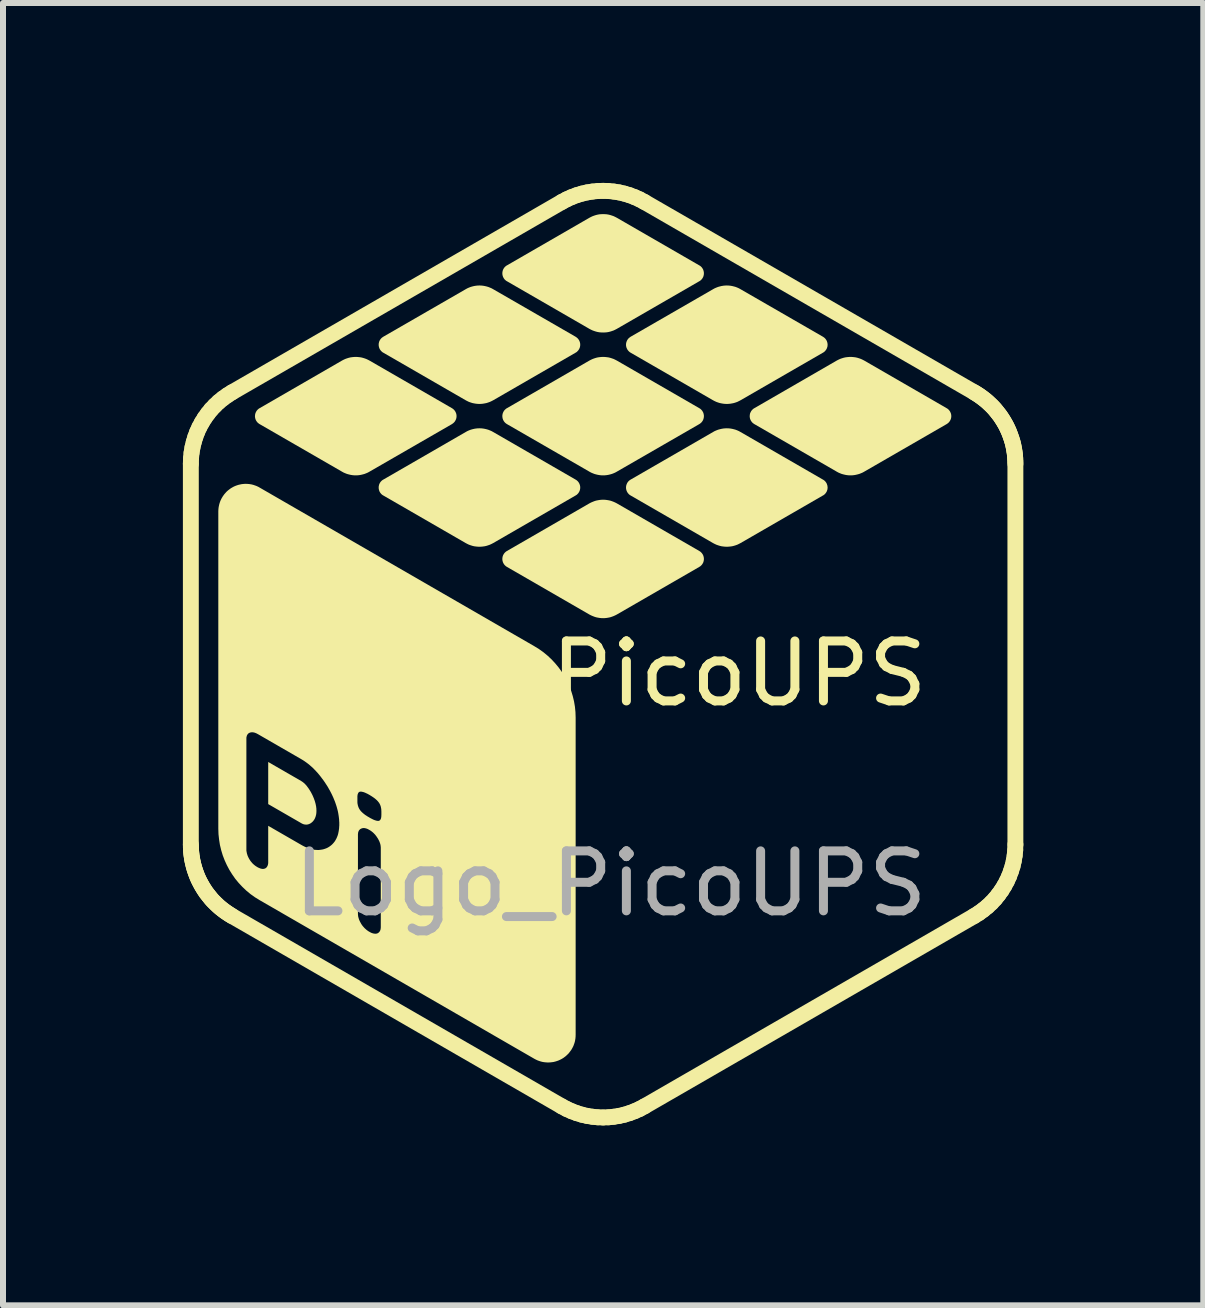
<source format=kicad_pcb>
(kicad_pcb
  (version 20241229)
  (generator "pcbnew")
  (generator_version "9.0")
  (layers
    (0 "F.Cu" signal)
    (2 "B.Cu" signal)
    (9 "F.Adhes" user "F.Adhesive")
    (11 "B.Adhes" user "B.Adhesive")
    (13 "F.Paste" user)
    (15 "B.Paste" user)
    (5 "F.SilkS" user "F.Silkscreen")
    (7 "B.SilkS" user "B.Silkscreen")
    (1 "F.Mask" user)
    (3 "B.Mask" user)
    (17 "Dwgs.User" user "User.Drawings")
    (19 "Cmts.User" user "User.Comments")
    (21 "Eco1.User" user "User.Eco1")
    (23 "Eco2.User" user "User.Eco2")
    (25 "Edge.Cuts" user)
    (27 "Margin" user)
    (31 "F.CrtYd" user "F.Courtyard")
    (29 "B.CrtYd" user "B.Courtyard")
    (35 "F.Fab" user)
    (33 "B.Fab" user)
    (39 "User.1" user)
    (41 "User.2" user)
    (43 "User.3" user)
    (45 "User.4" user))
  (footprint "Logo_PicoUPS"
    (layer "F.Cu")
    (at 7.132 8.182)
    (property "Reference" "Logo_PicoUPS" (at 0 0 0) (unlocked yes) (layer "F.SilkS") (effects (font (size 1 1) (thickness 0.15))))
    (fp_line (start -7 -3.5) (end -6.997 -3.592) (stroke (width 0.265) (type solid)) (layer "F.SilkS"))
    (fp_line (start -7 2.85) (end -7 -3.5) (stroke (width 0.265) (type solid)) (layer "F.SilkS"))
    (fp_line (start -6.999 2.896) (end -7 2.85) (stroke (width 0.265) (type solid)) (layer "F.SilkS"))
    (fp_line (start -6.997 -3.592) (end -6.988 -3.682) (stroke (width 0.265) (type solid)) (layer "F.SilkS"))
    (fp_line (start -6.997 2.942) (end -6.999 2.896) (stroke (width 0.265) (type solid)) (layer "F.SilkS"))
    (fp_line (start -6.993 2.987) (end -6.997 2.942) (stroke (width 0.265) (type solid)) (layer "F.SilkS"))
    (fp_line (start -6.988 -3.682) (end -6.973 -3.771) (stroke (width 0.265) (type solid)) (layer "F.SilkS"))
    (fp_line (start -6.988 3.032) (end -6.993 2.987) (stroke (width 0.265) (type solid)) (layer "F.SilkS"))
    (fp_line (start -6.981 3.077) (end -6.988 3.032) (stroke (width 0.265) (type solid)) (layer "F.SilkS"))
    (fp_line (start -6.973 -3.771) (end -6.952 -3.859) (stroke (width 0.265) (type solid)) (layer "F.SilkS"))
    (fp_line (start -6.973 3.121) (end -6.981 3.077) (stroke (width 0.265) (type solid)) (layer "F.SilkS"))
    (fp_line (start -6.963 3.165) (end -6.973 3.121) (stroke (width 0.265) (type solid)) (layer "F.SilkS"))
    (fp_line (start -6.952 -3.859) (end -6.926 -3.944) (stroke (width 0.265) (type solid)) (layer "F.SilkS"))
    (fp_line (start -6.952 3.209) (end -6.963 3.165) (stroke (width 0.265) (type solid)) (layer "F.SilkS"))
    (fp_line (start -6.94 3.252) (end -6.952 3.209) (stroke (width 0.265) (type solid)) (layer "F.SilkS"))
    (fp_line (start -6.926 -3.944) (end -6.895 -4.028) (stroke (width 0.265) (type solid)) (layer "F.SilkS"))
    (fp_line (start -6.926 3.294) (end -6.94 3.252) (stroke (width 0.265) (type solid)) (layer "F.SilkS"))
    (fp_line (start -6.911 3.336) (end -6.926 3.294) (stroke (width 0.265) (type solid)) (layer "F.SilkS"))
    (fp_line (start -6.895 -4.028) (end -6.858 -4.109) (stroke (width 0.265) (type solid)) (layer "F.SilkS"))
    (fp_line (start -6.895 3.378) (end -6.911 3.336) (stroke (width 0.265) (type solid)) (layer "F.SilkS"))
    (fp_line (start -6.877 3.419) (end -6.895 3.378) (stroke (width 0.265) (type solid)) (layer "F.SilkS"))
    (fp_line (start -6.858 -4.109) (end -6.816 -4.187) (stroke (width 0.265) (type solid)) (layer "F.SilkS"))
    (fp_line (start -6.858 3.459) (end -6.877 3.419) (stroke (width 0.265) (type solid)) (layer "F.SilkS"))
    (fp_line (start -6.837 3.499) (end -6.858 3.459) (stroke (width 0.265) (type solid)) (layer "F.SilkS"))
    (fp_line (start -6.816 -4.187) (end -6.769 -4.263) (stroke (width 0.265) (type solid)) (layer "F.SilkS"))
    (fp_line (start -6.816 3.537) (end -6.837 3.499) (stroke (width 0.265) (type solid)) (layer "F.SilkS"))
    (fp_line (start -6.793 3.576) (end -6.816 3.537) (stroke (width 0.265) (type solid)) (layer "F.SilkS"))
    (fp_line (start -6.769 -4.263) (end -6.717 -4.335) (stroke (width 0.265) (type solid)) (layer "F.SilkS"))
    (fp_line (start -6.769 3.613) (end -6.793 3.576) (stroke (width 0.265) (type solid)) (layer "F.SilkS"))
    (fp_line (start -6.744 3.65) (end -6.769 3.613) (stroke (width 0.265) (type solid)) (layer "F.SilkS"))
    (fp_line (start -6.717 -4.335) (end -6.661 -4.405) (stroke (width 0.265) (type solid)) (layer "F.SilkS"))
    (fp_line (start -6.717 3.685) (end -6.744 3.65) (stroke (width 0.265) (type solid)) (layer "F.SilkS"))
    (fp_line (start -6.689 3.72) (end -6.717 3.685) (stroke (width 0.265) (type solid)) (layer "F.SilkS"))
    (fp_line (start -6.661 -4.405) (end -6.599 -4.47) (stroke (width 0.265) (type solid)) (layer "F.SilkS"))
    (fp_line (start -6.661 3.755) (end -6.689 3.72) (stroke (width 0.265) (type solid)) (layer "F.SilkS"))
    (fp_line (start -6.631 3.788) (end -6.661 3.755) (stroke (width 0.265) (type solid)) (layer "F.SilkS"))
    (fp_line (start -6.599 -4.47) (end -6.534 -4.532) (stroke (width 0.265) (type solid)) (layer "F.SilkS"))
    (fp_line (start -6.599 3.82) (end -6.631 3.788) (stroke (width 0.265) (type solid)) (layer "F.SilkS"))
    (fp_line (start -6.567 3.851) (end -6.599 3.82) (stroke (width 0.265) (type solid)) (layer "F.SilkS"))
    (fp_line (start -6.534 -4.532) (end -6.464 -4.589) (stroke (width 0.265) (type solid)) (layer "F.SilkS"))
    (fp_line (start -6.534 3.882) (end -6.567 3.851) (stroke (width 0.265) (type solid)) (layer "F.SilkS"))
    (fp_line (start -6.5 3.911) (end -6.534 3.882) (stroke (width 0.265) (type solid)) (layer "F.SilkS"))
    (fp_line (start -6.464 -4.589) (end -6.39 -4.642) (stroke (width 0.265) (type solid)) (layer "F.SilkS"))
    (fp_line (start -6.464 3.939) (end -6.5 3.911) (stroke (width 0.265) (type solid)) (layer "F.SilkS"))
    (fp_line (start -6.428 3.966) (end -6.464 3.939) (stroke (width 0.265) (type solid)) (layer "F.SilkS"))
    (fp_line (start -6.39 -4.642) (end -6.313 -4.691) (stroke (width 0.265) (type solid)) (layer "F.SilkS"))
    (fp_line (start -6.39 3.992) (end -6.428 3.966) (stroke (width 0.265) (type solid)) (layer "F.SilkS"))
    (fp_line (start -6.352 4.017) (end -6.39 3.992) (stroke (width 0.265) (type solid)) (layer "F.SilkS"))
    (fp_line (start -6.313 -4.691) (end -0.813 -7.866) (stroke (width 0.265) (type solid)) (layer "F.SilkS"))
    (fp_line (start -6.313 4.041) (end -6.352 4.017) (stroke (width 0.265) (type solid)) (layer "F.SilkS"))
    (fp_line (start -0.813 -7.866) (end -0.732 -7.909) (stroke (width 0.265) (type solid)) (layer "F.SilkS"))
    (fp_line (start -0.813 7.216) (end -6.313 4.041) (stroke (width 0.265) (type solid)) (layer "F.SilkS"))
    (fp_line (start -0.732 -7.909) (end -0.65 -7.946) (stroke (width 0.265) (type solid)) (layer "F.SilkS"))
    (fp_line (start -0.732 7.259) (end -0.813 7.216) (stroke (width 0.265) (type solid)) (layer "F.SilkS"))
    (fp_line (start -0.65 -7.946) (end -0.565 -7.978) (stroke (width 0.265) (type solid)) (layer "F.SilkS"))
    (fp_line (start -0.65 7.296) (end -0.732 7.259) (stroke (width 0.265) (type solid)) (layer "F.SilkS"))
    (fp_line (start -0.565 -7.978) (end -0.479 -8.004) (stroke (width 0.265) (type solid)) (layer "F.SilkS"))
    (fp_line (start -0.565 7.328) (end -0.65 7.296) (stroke (width 0.265) (type solid)) (layer "F.SilkS"))
    (fp_line (start -0.479 -8.004) (end -0.392 -8.024) (stroke (width 0.265) (type solid)) (layer "F.SilkS"))
    (fp_line (start -0.479 7.354) (end -0.565 7.328) (stroke (width 0.265) (type solid)) (layer "F.SilkS"))
    (fp_line (start -0.392 -8.024) (end -0.304 -8.038) (stroke (width 0.265) (type solid)) (layer "F.SilkS"))
    (fp_line (start -0.392 7.374) (end -0.479 7.354) (stroke (width 0.265) (type solid)) (layer "F.SilkS"))
    (fp_line (start -0.304 -8.038) (end -0.215 -8.047) (stroke (width 0.265) (type solid)) (layer "F.SilkS"))
    (fp_line (start -0.304 7.388) (end -0.392 7.374) (stroke (width 0.265) (type solid)) (layer "F.SilkS"))
    (fp_line (start -0.215 -8.047) (end -0.126 -8.05) (stroke (width 0.265) (type solid)) (layer "F.SilkS"))
    (fp_line (start -0.215 7.397) (end -0.304 7.388) (stroke (width 0.265) (type solid)) (layer "F.SilkS"))
    (fp_line (start -0.126 -8.05) (end -0.037 -8.047) (stroke (width 0.265) (type solid)) (layer "F.SilkS"))
    (fp_line (start -0.126 7.4) (end -0.215 7.397) (stroke (width 0.265) (type solid)) (layer "F.SilkS"))
    (fp_line (start -0.037 -8.047) (end 0.052 -8.038) (stroke (width 0.265) (type solid)) (layer "F.SilkS"))
    (fp_line (start -0.037 7.397) (end -0.126 7.4) (stroke (width 0.265) (type solid)) (layer "F.SilkS"))
    (fp_line (start 0.052 -8.038) (end 0.14 -8.024) (stroke (width 0.265) (type solid)) (layer "F.SilkS"))
    (fp_line (start 0.052 7.388) (end -0.037 7.397) (stroke (width 0.265) (type solid)) (layer "F.SilkS"))
    (fp_line (start 0.14 -8.024) (end 0.227 -8.004) (stroke (width 0.265) (type solid)) (layer "F.SilkS"))
    (fp_line (start 0.14 7.374) (end 0.052 7.388) (stroke (width 0.265) (type solid)) (layer "F.SilkS"))
    (fp_line (start 0.227 -8.004) (end 0.313 -7.978) (stroke (width 0.265) (type solid)) (layer "F.SilkS"))
    (fp_line (start 0.227 7.354) (end 0.14 7.374) (stroke (width 0.265) (type solid)) (layer "F.SilkS"))
    (fp_line (start 0.313 -7.978) (end 0.398 -7.946) (stroke (width 0.265) (type solid)) (layer "F.SilkS"))
    (fp_line (start 0.313 7.328) (end 0.227 7.354) (stroke (width 0.265) (type solid)) (layer "F.SilkS"))
    (fp_line (start 0.398 -7.946) (end 0.481 -7.909) (stroke (width 0.265) (type solid)) (layer "F.SilkS"))
    (fp_line (start 0.398 7.296) (end 0.313 7.328) (stroke (width 0.265) (type solid)) (layer "F.SilkS"))
    (fp_line (start 0.481 -7.909) (end 0.561 -7.866) (stroke (width 0.265) (type solid)) (layer "F.SilkS"))
    (fp_line (start 0.481 7.259) (end 0.398 7.296) (stroke (width 0.265) (type solid)) (layer "F.SilkS"))
    (fp_line (start 0.561 -7.866) (end 6.061 -4.691) (stroke (width 0.265) (type solid)) (layer "F.SilkS"))
    (fp_line (start 0.561 7.216) (end 0.481 7.259) (stroke (width 0.265) (type solid)) (layer "F.SilkS"))
    (fp_line (start 6.061 -4.691) (end 6.1 -4.667) (stroke (width 0.265) (type solid)) (layer "F.SilkS"))
    (fp_line (start 6.061 4.041) (end 0.561 7.216) (stroke (width 0.265) (type solid)) (layer "F.SilkS"))
    (fp_line (start 6.1 -4.667) (end 6.139 -4.642) (stroke (width 0.265) (type solid)) (layer "F.SilkS"))
    (fp_line (start 6.139 -4.642) (end 6.176 -4.616) (stroke (width 0.265) (type solid)) (layer "F.SilkS"))
    (fp_line (start 6.139 3.992) (end 6.061 4.041) (stroke (width 0.265) (type solid)) (layer "F.SilkS"))
    (fp_line (start 6.176 -4.616) (end 6.212 -4.589) (stroke (width 0.265) (type solid)) (layer "F.SilkS"))
    (fp_line (start 6.212 -4.589) (end 6.248 -4.561) (stroke (width 0.265) (type solid)) (layer "F.SilkS"))
    (fp_line (start 6.212 3.939) (end 6.139 3.992) (stroke (width 0.265) (type solid)) (layer "F.SilkS"))
    (fp_line (start 6.248 -4.561) (end 6.282 -4.532) (stroke (width 0.265) (type solid)) (layer "F.SilkS"))
    (fp_line (start 6.282 -4.532) (end 6.315 -4.501) (stroke (width 0.265) (type solid)) (layer "F.SilkS"))
    (fp_line (start 6.282 3.882) (end 6.212 3.939) (stroke (width 0.265) (type solid)) (layer "F.SilkS"))
    (fp_line (start 6.315 -4.501) (end 6.348 -4.47) (stroke (width 0.265) (type solid)) (layer "F.SilkS"))
    (fp_line (start 6.348 -4.47) (end 6.379 -4.438) (stroke (width 0.265) (type solid)) (layer "F.SilkS"))
    (fp_line (start 6.348 3.82) (end 6.282 3.882) (stroke (width 0.265) (type solid)) (layer "F.SilkS"))
    (fp_line (start 6.379 -4.438) (end 6.409 -4.405) (stroke (width 0.265) (type solid)) (layer "F.SilkS"))
    (fp_line (start 6.409 -4.405) (end 6.437 -4.37) (stroke (width 0.265) (type solid)) (layer "F.SilkS"))
    (fp_line (start 6.409 3.755) (end 6.348 3.82) (stroke (width 0.265) (type solid)) (layer "F.SilkS"))
    (fp_line (start 6.437 -4.37) (end 6.465 -4.335) (stroke (width 0.265) (type solid)) (layer "F.SilkS"))
    (fp_line (start 6.465 -4.335) (end 6.492 -4.3) (stroke (width 0.265) (type solid)) (layer "F.SilkS"))
    (fp_line (start 6.465 3.685) (end 6.409 3.755) (stroke (width 0.265) (type solid)) (layer "F.SilkS"))
    (fp_line (start 6.492 -4.3) (end 6.517 -4.263) (stroke (width 0.265) (type solid)) (layer "F.SilkS"))
    (fp_line (start 6.517 -4.263) (end 6.541 -4.226) (stroke (width 0.265) (type solid)) (layer "F.SilkS"))
    (fp_line (start 6.517 3.613) (end 6.465 3.685) (stroke (width 0.265) (type solid)) (layer "F.SilkS"))
    (fp_line (start 6.541 -4.226) (end 6.564 -4.187) (stroke (width 0.265) (type solid)) (layer "F.SilkS"))
    (fp_line (start 6.564 -4.187) (end 6.586 -4.149) (stroke (width 0.265) (type solid)) (layer "F.SilkS"))
    (fp_line (start 6.564 3.537) (end 6.517 3.613) (stroke (width 0.265) (type solid)) (layer "F.SilkS"))
    (fp_line (start 6.586 -4.149) (end 6.606 -4.109) (stroke (width 0.265) (type solid)) (layer "F.SilkS"))
    (fp_line (start 6.606 -4.109) (end 6.625 -4.069) (stroke (width 0.265) (type solid)) (layer "F.SilkS"))
    (fp_line (start 6.606 3.459) (end 6.564 3.537) (stroke (width 0.265) (type solid)) (layer "F.SilkS"))
    (fp_line (start 6.625 -4.069) (end 6.643 -4.028) (stroke (width 0.265) (type solid)) (layer "F.SilkS"))
    (fp_line (start 6.643 -4.028) (end 6.659 -3.986) (stroke (width 0.265) (type solid)) (layer "F.SilkS"))
    (fp_line (start 6.643 3.378) (end 6.606 3.459) (stroke (width 0.265) (type solid)) (layer "F.SilkS"))
    (fp_line (start 6.659 -3.986) (end 6.674 -3.944) (stroke (width 0.265) (type solid)) (layer "F.SilkS"))
    (fp_line (start 6.674 -3.944) (end 6.688 -3.902) (stroke (width 0.265) (type solid)) (layer "F.SilkS"))
    (fp_line (start 6.674 3.294) (end 6.643 3.378) (stroke (width 0.265) (type solid)) (layer "F.SilkS"))
    (fp_line (start 6.688 -3.902) (end 6.701 -3.859) (stroke (width 0.265) (type solid)) (layer "F.SilkS"))
    (fp_line (start 6.701 -3.859) (end 6.712 -3.815) (stroke (width 0.265) (type solid)) (layer "F.SilkS"))
    (fp_line (start 6.701 3.209) (end 6.674 3.294) (stroke (width 0.265) (type solid)) (layer "F.SilkS"))
    (fp_line (start 6.712 -3.815) (end 6.721 -3.771) (stroke (width 0.265) (type solid)) (layer "F.SilkS"))
    (fp_line (start 6.721 -3.771) (end 6.729 -3.727) (stroke (width 0.265) (type solid)) (layer "F.SilkS"))
    (fp_line (start 6.721 3.121) (end 6.701 3.209) (stroke (width 0.265) (type solid)) (layer "F.SilkS"))
    (fp_line (start 6.729 -3.727) (end 6.736 -3.682) (stroke (width 0.265) (type solid)) (layer "F.SilkS"))
    (fp_line (start 6.736 -3.682) (end 6.741 -3.637) (stroke (width 0.265) (type solid)) (layer "F.SilkS"))
    (fp_line (start 6.736 3.032) (end 6.721 3.121) (stroke (width 0.265) (type solid)) (layer "F.SilkS"))
    (fp_line (start 6.741 -3.637) (end 6.745 -3.592) (stroke (width 0.265) (type solid)) (layer "F.SilkS"))
    (fp_line (start 6.745 -3.592) (end 6.747 -3.546) (stroke (width 0.265) (type solid)) (layer "F.SilkS"))
    (fp_line (start 6.745 2.942) (end 6.736 3.032) (stroke (width 0.265) (type solid)) (layer "F.SilkS"))
    (fp_line (start 6.747 -3.546) (end 6.748 -3.5) (stroke (width 0.265) (type solid)) (layer "F.SilkS"))
    (fp_line (start 6.748 -3.5) (end 6.748 2.85) (stroke (width 0.265) (type solid)) (layer "F.SilkS"))
    (fp_line (start 6.748 2.85) (end 6.745 2.942) (stroke (width 0.265) (type solid)) (layer "F.SilkS"))
    (fp_poly (pts (xy -5.157 1.792) (xy -5.15 1.797) (xy -5.142 1.802) (xy -5.135 1.807) (xy -5.127 1.813) (xy -5.12 1.819) (xy -5.112 1.825) (xy -5.105 1.832) (xy -5.097 1.839) (xy -5.09 1.847) (xy -5.083 1.855) (xy -5.075 1.863) (xy -5.068 1.872) (xy -5.061 1.881) (xy -5.054 1.891) (xy -5.046 1.901) (xy -5.039 1.911) (xy -5.025 1.932) (xy -5.012 1.953) (xy -4.999 1.974) (xy -4.987 1.997) (xy -4.975 2.02) (xy -4.964 2.044) (xy -4.954 2.068) (xy -4.944 2.093) (xy -4.94 2.106) (xy -4.935 2.118) (xy -4.931 2.131) (xy -4.928 2.143) (xy -4.924 2.155) (xy -4.921 2.168) (xy -4.918 2.18) (xy -4.916 2.192) (xy -4.913 2.204) (xy -4.911 2.216) (xy -4.91 2.228) (xy -4.908 2.24) (xy -4.907 2.251) (xy -4.907 2.263) (xy -4.906 2.275) (xy -4.906 2.286) (xy -4.906 2.297) (xy -4.907 2.308) (xy -4.907 2.319) (xy -4.908 2.329) (xy -4.91 2.339) (xy -4.911 2.349) (xy -4.913 2.359) (xy -4.916 2.368) (xy -4.918 2.377) (xy -4.921 2.386) (xy -4.924 2.395) (xy -4.928 2.404) (xy -4.931 2.412) (xy -4.935 2.42) (xy -4.94 2.428) (xy -4.944 2.436) (xy -4.949 2.443) (xy -4.954 2.449) (xy -4.959 2.456) (xy -4.964 2.462) (xy -4.97 2.468) (xy -4.975 2.473) (xy -4.981 2.478) (xy -4.987 2.483) (xy -4.993 2.488) (xy -4.999 2.492) (xy -5.005 2.496) (xy -5.012 2.5) (xy -5.019 2.503) (xy -5.025 2.506) (xy -5.032 2.509) (xy -5.039 2.511) (xy -5.046 2.513) (xy -5.054 2.515) (xy -5.061 2.516) (xy -5.068 2.517) (xy -5.075 2.517) (xy -5.083 2.517) (xy -5.09 2.516) (xy -5.097 2.516) (xy -5.105 2.514) (xy -5.112 2.513) (xy -5.12 2.511) (xy -5.127 2.508) (xy -5.135 2.505) (xy -5.142 2.502) (xy -5.15 2.498) (xy -5.157 2.494) (xy -5.71 2.175) (xy -5.71 1.473)) (stroke (width 0) (type solid)) (fill yes) (layer "F.SilkS"))
    (fp_poly (pts (xy -4.221 -5.28) (xy -4.191 -5.277) (xy -4.162 -5.273) (xy -4.133 -5.266) (xy -4.104 -5.257) (xy -4.076 -5.247) (xy -4.048 -5.234) (xy -4.021 -5.22) (xy -2.646 -4.426) (xy -2.642 -4.423) (xy -2.638 -4.421) (xy -2.634 -4.418) (xy -2.63 -4.415) (xy -2.626 -4.412) (xy -2.622 -4.408) (xy -2.618 -4.405) (xy -2.615 -4.402) (xy -2.611 -4.398) (xy -2.608 -4.394) (xy -2.605 -4.39) (xy -2.601 -4.387) (xy -2.599 -4.383) (xy -2.596 -4.379) (xy -2.593 -4.374) (xy -2.591 -4.37) (xy -2.588 -4.366) (xy -2.586 -4.361) (xy -2.584 -4.357) (xy -2.582 -4.352) (xy -2.58 -4.348) (xy -2.578 -4.343) (xy -2.577 -4.338) (xy -2.575 -4.334) (xy -2.574 -4.329) (xy -2.573 -4.324) (xy -2.572 -4.319) (xy -2.571 -4.314) (xy -2.571 -4.309) (xy -2.57 -4.304) (xy -2.57 -4.299) (xy -2.57 -4.294) (xy -2.57 -4.284) (xy -2.571 -4.274) (xy -2.573 -4.264) (xy -2.575 -4.254) (xy -2.578 -4.244) (xy -2.582 -4.235) (xy -2.586 -4.226) (xy -2.591 -4.217) (xy -2.596 -4.209) (xy -2.601 -4.201) (xy -2.608 -4.193) (xy -2.615 -4.186) (xy -2.622 -4.179) (xy -2.63 -4.173) (xy -2.638 -4.167) (xy -2.646 -4.161) (xy -4.021 -3.368) (xy -4.048 -3.353) (xy -4.076 -3.341) (xy -4.104 -3.33) (xy -4.133 -3.322) (xy -4.162 -3.315) (xy -4.191 -3.31) (xy -4.221 -3.307) (xy -4.25 -3.306) (xy -4.28 -3.307) (xy -4.31 -3.31) (xy -4.339 -3.315) (xy -4.368 -3.322) (xy -4.397 -3.33) (xy -4.425 -3.341) (xy -4.453 -3.353) (xy -4.48 -3.368) (xy -5.854 -4.161) (xy -5.859 -4.164) (xy -5.863 -4.167) (xy -5.867 -4.17) (xy -5.871 -4.173) (xy -5.875 -4.176) (xy -5.879 -4.179) (xy -5.883 -4.182) (xy -5.886 -4.186) (xy -5.89 -4.19) (xy -5.893 -4.193) (xy -5.896 -4.197) (xy -5.899 -4.201) (xy -5.902 -4.205) (xy -5.905 -4.209) (xy -5.908 -4.213) (xy -5.91 -4.217) (xy -5.913 -4.222) (xy -5.915 -4.226) (xy -5.917 -4.231) (xy -5.919 -4.235) (xy -5.921 -4.24) (xy -5.923 -4.244) (xy -5.924 -4.249) (xy -5.925 -4.254) (xy -5.927 -4.259) (xy -5.928 -4.264) (xy -5.929 -4.269) (xy -5.929 -4.274) (xy -5.93 -4.279) (xy -5.93 -4.284) (xy -5.931 -4.289) (xy -5.931 -4.294) (xy -5.93 -4.304) (xy -5.929 -4.314) (xy -5.928 -4.324) (xy -5.925 -4.334) (xy -5.923 -4.343) (xy -5.919 -4.352) (xy -5.915 -4.361) (xy -5.91 -4.37) (xy -5.905 -4.379) (xy -5.899 -4.387) (xy -5.893 -4.394) (xy -5.886 -4.402) (xy -5.879 -4.408) (xy -5.871 -4.415) (xy -5.863 -4.421) (xy -5.854 -4.426) (xy -4.48 -5.22) (xy -4.453 -5.234) (xy -4.425 -5.247) (xy -4.397 -5.257) (xy -4.368 -5.266) (xy -4.339 -5.273) (xy -4.31 -5.277) (xy -4.28 -5.28) (xy -4.25 -5.281)) (stroke (width 0) (type solid)) (fill yes) (layer "F.SilkS"))
    (fp_poly (pts (xy -2.158 -6.471) (xy -2.129 -6.468) (xy -2.1 -6.463) (xy -2.07 -6.456) (xy -2.042 -6.448) (xy -2.014 -6.437) (xy -1.986 -6.425) (xy -1.959 -6.41) (xy -0.584 -5.617) (xy -0.576 -5.611) (xy -0.567 -5.605) (xy -0.56 -5.599) (xy -0.552 -5.592) (xy -0.546 -5.585) (xy -0.539 -5.577) (xy -0.534 -5.569) (xy -0.528 -5.561) (xy -0.524 -5.552) (xy -0.52 -5.543) (xy -0.516 -5.534) (xy -0.513 -5.524) (xy -0.511 -5.515) (xy -0.509 -5.505) (xy -0.508 -5.495) (xy -0.508 -5.484) (xy -0.508 -5.479) (xy -0.508 -5.474) (xy -0.509 -5.469) (xy -0.509 -5.464) (xy -0.51 -5.459) (xy -0.511 -5.454) (xy -0.512 -5.449) (xy -0.513 -5.445) (xy -0.514 -5.44) (xy -0.516 -5.435) (xy -0.518 -5.43) (xy -0.52 -5.426) (xy -0.521 -5.421) (xy -0.524 -5.417) (xy -0.526 -5.412) (xy -0.528 -5.408) (xy -0.531 -5.404) (xy -0.534 -5.4) (xy -0.536 -5.396) (xy -0.539 -5.392) (xy -0.542 -5.388) (xy -0.546 -5.384) (xy -0.549 -5.38) (xy -0.552 -5.377) (xy -0.556 -5.373) (xy -0.56 -5.37) (xy -0.563 -5.366) (xy -0.567 -5.363) (xy -0.571 -5.36) (xy -0.576 -5.357) (xy -0.58 -5.355) (xy -0.584 -5.352) (xy -1.959 -4.558) (xy -1.986 -4.544) (xy -2.014 -4.531) (xy -2.042 -4.521) (xy -2.07 -4.512) (xy -2.1 -4.506) (xy -2.129 -4.501) (xy -2.158 -4.498) (xy -2.188 -4.497) (xy -2.218 -4.498) (xy -2.247 -4.501) (xy -2.277 -4.506) (xy -2.306 -4.512) (xy -2.334 -4.521) (xy -2.363 -4.531) (xy -2.39 -4.544) (xy -2.417 -4.558) (xy -3.792 -5.352) (xy -3.801 -5.357) (xy -3.809 -5.363) (xy -3.817 -5.37) (xy -3.824 -5.377) (xy -3.831 -5.384) (xy -3.837 -5.392) (xy -3.843 -5.4) (xy -3.848 -5.408) (xy -3.853 -5.417) (xy -3.857 -5.426) (xy -3.86 -5.435) (xy -3.863 -5.445) (xy -3.865 -5.454) (xy -3.867 -5.464) (xy -3.868 -5.474) (xy -3.868 -5.484) (xy -3.868 -5.489) (xy -3.868 -5.495) (xy -3.868 -5.5) (xy -3.867 -5.505) (xy -3.866 -5.51) (xy -3.865 -5.515) (xy -3.864 -5.519) (xy -3.863 -5.524) (xy -3.862 -5.529) (xy -3.86 -5.534) (xy -3.859 -5.538) (xy -3.857 -5.543) (xy -3.855 -5.548) (xy -3.853 -5.552) (xy -3.85 -5.556) (xy -3.848 -5.561) (xy -3.845 -5.565) (xy -3.843 -5.569) (xy -3.84 -5.573) (xy -3.837 -5.577) (xy -3.834 -5.581) (xy -3.831 -5.585) (xy -3.827 -5.589) (xy -3.824 -5.592) (xy -3.82 -5.596) (xy -3.817 -5.599) (xy -3.813 -5.602) (xy -3.809 -5.605) (xy -3.805 -5.608) (xy -3.801 -5.611) (xy -3.796 -5.614) (xy -3.792 -5.617) (xy -2.417 -6.41) (xy -2.39 -6.425) (xy -2.363 -6.437) (xy -2.334 -6.448) (xy -2.306 -6.456) (xy -2.277 -6.463) (xy -2.247 -6.468) (xy -2.218 -6.471) (xy -2.188 -6.472)) (stroke (width 0) (type solid)) (fill yes) (layer "F.SilkS"))
    (fp_poly (pts (xy -2.158 -4.09) (xy -2.129 -4.087) (xy -2.1 -4.082) (xy -2.07 -4.075) (xy -2.042 -4.067) (xy -2.014 -4.056) (xy -1.986 -4.044) (xy -1.959 -4.029) (xy -0.584 -3.235) (xy -0.576 -3.23) (xy -0.567 -3.224) (xy -0.56 -3.218) (xy -0.552 -3.211) (xy -0.546 -3.204) (xy -0.539 -3.196) (xy -0.534 -3.188) (xy -0.528 -3.18) (xy -0.524 -3.171) (xy -0.52 -3.162) (xy -0.516 -3.152) (xy -0.513 -3.143) (xy -0.511 -3.133) (xy -0.509 -3.123) (xy -0.508 -3.113) (xy -0.508 -3.103) (xy -0.508 -3.098) (xy -0.508 -3.093) (xy -0.509 -3.088) (xy -0.509 -3.083) (xy -0.51 -3.078) (xy -0.511 -3.073) (xy -0.512 -3.068) (xy -0.513 -3.063) (xy -0.514 -3.058) (xy -0.516 -3.054) (xy -0.518 -3.049) (xy -0.52 -3.044) (xy -0.521 -3.04) (xy -0.524 -3.035) (xy -0.526 -3.031) (xy -0.528 -3.027) (xy -0.531 -3.023) (xy -0.534 -3.018) (xy -0.536 -3.014) (xy -0.539 -3.01) (xy -0.542 -3.006) (xy -0.546 -3.003) (xy -0.549 -2.999) (xy -0.552 -2.995) (xy -0.556 -2.992) (xy -0.56 -2.988) (xy -0.563 -2.985) (xy -0.567 -2.982) (xy -0.571 -2.979) (xy -0.576 -2.976) (xy -0.58 -2.973) (xy -0.584 -2.971) (xy -1.959 -2.177) (xy -1.986 -2.163) (xy -2.014 -2.15) (xy -2.042 -2.14) (xy -2.07 -2.131) (xy -2.1 -2.124) (xy -2.129 -2.12) (xy -2.158 -2.117) (xy -2.188 -2.116) (xy -2.218 -2.117) (xy -2.247 -2.12) (xy -2.277 -2.124) (xy -2.306 -2.131) (xy -2.334 -2.14) (xy -2.363 -2.15) (xy -2.39 -2.163) (xy -2.417 -2.177) (xy -3.792 -2.971) (xy -3.801 -2.976) (xy -3.809 -2.982) (xy -3.817 -2.988) (xy -3.824 -2.995) (xy -3.831 -3.003) (xy -3.837 -3.01) (xy -3.843 -3.018) (xy -3.848 -3.027) (xy -3.853 -3.035) (xy -3.857 -3.044) (xy -3.86 -3.054) (xy -3.863 -3.063) (xy -3.865 -3.073) (xy -3.867 -3.083) (xy -3.868 -3.093) (xy -3.868 -3.103) (xy -3.868 -3.108) (xy -3.868 -3.113) (xy -3.868 -3.118) (xy -3.867 -3.123) (xy -3.866 -3.128) (xy -3.865 -3.133) (xy -3.864 -3.138) (xy -3.863 -3.143) (xy -3.862 -3.148) (xy -3.86 -3.152) (xy -3.859 -3.157) (xy -3.857 -3.162) (xy -3.855 -3.166) (xy -3.853 -3.171) (xy -3.85 -3.175) (xy -3.848 -3.18) (xy -3.845 -3.184) (xy -3.843 -3.188) (xy -3.84 -3.192) (xy -3.837 -3.196) (xy -3.834 -3.2) (xy -3.831 -3.204) (xy -3.827 -3.207) (xy -3.824 -3.211) (xy -3.82 -3.214) (xy -3.817 -3.218) (xy -3.813 -3.221) (xy -3.809 -3.224) (xy -3.805 -3.227) (xy -3.801 -3.23) (xy -3.796 -3.233) (xy -3.792 -3.235) (xy -2.417 -4.029) (xy -2.39 -4.044) (xy -2.363 -4.056) (xy -2.334 -4.067) (xy -2.306 -4.075) (xy -2.277 -4.082) (xy -2.247 -4.087) (xy -2.218 -4.09) (xy -2.188 -4.091)) (stroke (width 0) (type solid)) (fill yes) (layer "F.SilkS"))
    (fp_poly (pts (xy -0.096 -2.899) (xy -0.067 -2.896) (xy -0.037 -2.891) (xy -0.008 -2.885) (xy 0.02 -2.876) (xy 0.049 -2.865) (xy 0.076 -2.853) (xy 0.103 -2.839) (xy 1.478 -2.045) (xy 1.487 -2.039) (xy 1.495 -2.034) (xy 1.503 -2.027) (xy 1.51 -2.02) (xy 1.517 -2.013) (xy 1.523 -2.005) (xy 1.529 -1.997) (xy 1.534 -1.989) (xy 1.539 -1.98) (xy 1.543 -1.971) (xy 1.546 -1.962) (xy 1.549 -1.952) (xy 1.551 -1.943) (xy 1.553 -1.933) (xy 1.554 -1.923) (xy 1.554 -1.913) (xy 1.554 -1.907) (xy 1.554 -1.902) (xy 1.554 -1.897) (xy 1.553 -1.892) (xy 1.552 -1.887) (xy 1.551 -1.882) (xy 1.55 -1.877) (xy 1.549 -1.873) (xy 1.548 -1.868) (xy 1.546 -1.863) (xy 1.545 -1.858) (xy 1.543 -1.854) (xy 1.541 -1.849) (xy 1.539 -1.845) (xy 1.536 -1.84) (xy 1.534 -1.836) (xy 1.531 -1.832) (xy 1.529 -1.828) (xy 1.526 -1.824) (xy 1.523 -1.82) (xy 1.52 -1.816) (xy 1.517 -1.812) (xy 1.513 -1.808) (xy 1.51 -1.805) (xy 1.506 -1.801) (xy 1.503 -1.798) (xy 1.499 -1.795) (xy 1.495 -1.791) (xy 1.491 -1.788) (xy 1.487 -1.786) (xy 1.482 -1.783) (xy 1.478 -1.78) (xy 0.103 -0.986) (xy 0.076 -0.972) (xy 0.049 -0.96) (xy 0.02 -0.949) (xy -0.008 -0.94) (xy -0.037 -0.934) (xy -0.067 -0.929) (xy -0.096 -0.926) (xy -0.126 -0.925) (xy -0.156 -0.926) (xy -0.185 -0.929) (xy -0.215 -0.934) (xy -0.244 -0.94) (xy -0.272 -0.949) (xy -0.3 -0.96) (xy -0.328 -0.972) (xy -0.355 -0.986) (xy -1.73 -1.78) (xy -1.739 -1.786) (xy -1.747 -1.791) (xy -1.754 -1.798) (xy -1.762 -1.805) (xy -1.769 -1.812) (xy -1.775 -1.82) (xy -1.781 -1.828) (xy -1.786 -1.836) (xy -1.79 -1.845) (xy -1.795 -1.854) (xy -1.798 -1.863) (xy -1.801 -1.873) (xy -1.803 -1.882) (xy -1.805 -1.892) (xy -1.806 -1.902) (xy -1.806 -1.913) (xy -1.806 -1.918) (xy -1.806 -1.923) (xy -1.805 -1.928) (xy -1.805 -1.933) (xy -1.804 -1.938) (xy -1.803 -1.943) (xy -1.802 -1.948) (xy -1.801 -1.952) (xy -1.8 -1.957) (xy -1.798 -1.962) (xy -1.796 -1.967) (xy -1.795 -1.971) (xy -1.793 -1.976) (xy -1.79 -1.98) (xy -1.788 -1.985) (xy -1.786 -1.989) (xy -1.783 -1.993) (xy -1.781 -1.997) (xy -1.778 -2.001) (xy -1.775 -2.005) (xy -1.772 -2.009) (xy -1.769 -2.013) (xy -1.765 -2.017) (xy -1.762 -2.02) (xy -1.758 -2.024) (xy -1.754 -2.027) (xy -1.751 -2.03) (xy -1.747 -2.034) (xy -1.743 -2.037) (xy -1.739 -2.039) (xy -1.734 -2.042) (xy -1.73 -2.045) (xy -0.355 -2.839) (xy -0.328 -2.853) (xy -0.3 -2.865) (xy -0.272 -2.876) (xy -0.244 -2.885) (xy -0.214 -2.891) (xy -0.185 -2.896) (xy -0.156 -2.899) (xy -0.126 -2.9)) (stroke (width 0) (type solid)) (fill yes) (layer "F.SilkS"))
    (fp_poly (pts (xy 4.028 -5.28) (xy 4.058 -5.277) (xy 4.087 -5.273) (xy 4.116 -5.266) (xy 4.145 -5.257) (xy 4.173 -5.247) (xy 4.201 -5.234) (xy 4.228 -5.22) (xy 5.602 -4.426) (xy 5.607 -4.423) (xy 5.611 -4.421) (xy 5.615 -4.418) (xy 5.619 -4.415) (xy 5.623 -4.412) (xy 5.627 -4.408) (xy 5.631 -4.405) (xy 5.634 -4.402) (xy 5.638 -4.398) (xy 5.641 -4.394) (xy 5.644 -4.39) (xy 5.647 -4.387) (xy 5.65 -4.383) (xy 5.653 -4.379) (xy 5.656 -4.374) (xy 5.658 -4.37) (xy 5.661 -4.366) (xy 5.663 -4.361) (xy 5.665 -4.357) (xy 5.667 -4.352) (xy 5.669 -4.348) (xy 5.671 -4.343) (xy 5.672 -4.338) (xy 5.674 -4.334) (xy 5.675 -4.329) (xy 5.676 -4.324) (xy 5.677 -4.319) (xy 5.678 -4.314) (xy 5.678 -4.309) (xy 5.679 -4.304) (xy 5.679 -4.299) (xy 5.679 -4.294) (xy 5.679 -4.284) (xy 5.678 -4.274) (xy 5.676 -4.264) (xy 5.674 -4.254) (xy 5.671 -4.244) (xy 5.667 -4.235) (xy 5.663 -4.226) (xy 5.658 -4.217) (xy 5.653 -4.209) (xy 5.647 -4.201) (xy 5.641 -4.193) (xy 5.634 -4.186) (xy 5.627 -4.179) (xy 5.619 -4.173) (xy 5.611 -4.167) (xy 5.602 -4.161) (xy 4.228 -3.368) (xy 4.201 -3.353) (xy 4.173 -3.341) (xy 4.145 -3.33) (xy 4.116 -3.322) (xy 4.087 -3.315) (xy 4.058 -3.31) (xy 4.028 -3.307) (xy 3.999 -3.306) (xy 3.969 -3.307) (xy 3.939 -3.31) (xy 3.91 -3.315) (xy 3.881 -3.322) (xy 3.852 -3.33) (xy 3.824 -3.341) (xy 3.796 -3.353) (xy 3.769 -3.368) (xy 2.395 -4.161) (xy 2.39 -4.164) (xy 2.386 -4.167) (xy 2.382 -4.17) (xy 2.378 -4.173) (xy 2.374 -4.176) (xy 2.37 -4.179) (xy 2.366 -4.182) (xy 2.363 -4.186) (xy 2.359 -4.19) (xy 2.356 -4.193) (xy 2.353 -4.197) (xy 2.35 -4.201) (xy 2.347 -4.205) (xy 2.344 -4.209) (xy 2.341 -4.213) (xy 2.339 -4.217) (xy 2.336 -4.222) (xy 2.334 -4.226) (xy 2.332 -4.231) (xy 2.33 -4.235) (xy 2.328 -4.24) (xy 2.326 -4.244) (xy 2.325 -4.249) (xy 2.323 -4.254) (xy 2.322 -4.259) (xy 2.321 -4.264) (xy 2.32 -4.269) (xy 2.32 -4.274) (xy 2.319 -4.279) (xy 2.319 -4.284) (xy 2.318 -4.289) (xy 2.318 -4.294) (xy 2.319 -4.304) (xy 2.32 -4.314) (xy 2.321 -4.324) (xy 2.323 -4.334) (xy 2.326 -4.343) (xy 2.33 -4.352) (xy 2.334 -4.361) (xy 2.339 -4.37) (xy 2.344 -4.379) (xy 2.35 -4.387) (xy 2.356 -4.394) (xy 2.363 -4.402) (xy 2.37 -4.408) (xy 2.378 -4.415) (xy 2.386 -4.421) (xy 2.395 -4.426) (xy 3.769 -5.22) (xy 3.796 -5.234) (xy 3.824 -5.247) (xy 3.852 -5.257) (xy 3.881 -5.266) (xy 3.91 -5.273) (xy 3.939 -5.277) (xy 3.969 -5.28) (xy 3.999 -5.281)) (stroke (width 0) (type solid)) (fill yes) (layer "F.SilkS"))
    (fp_poly (pts (xy -0.096 -5.28) (xy -0.067 -5.277) (xy -0.037 -5.273) (xy -0.008 -5.266) (xy 0.02 -5.257) (xy 0.049 -5.247) (xy 0.076 -5.234) (xy 0.103 -5.22) (xy 1.478 -4.426) (xy 1.482 -4.423) (xy 1.487 -4.421) (xy 1.491 -4.418) (xy 1.495 -4.415) (xy 1.499 -4.412) (xy 1.503 -4.408) (xy 1.506 -4.405) (xy 1.51 -4.402) (xy 1.513 -4.398) (xy 1.517 -4.394) (xy 1.52 -4.39) (xy 1.523 -4.387) (xy 1.526 -4.383) (xy 1.529 -4.379) (xy 1.531 -4.374) (xy 1.534 -4.37) (xy 1.536 -4.366) (xy 1.539 -4.361) (xy 1.541 -4.357) (xy 1.543 -4.352) (xy 1.545 -4.348) (xy 1.546 -4.343) (xy 1.548 -4.338) (xy 1.549 -4.334) (xy 1.55 -4.329) (xy 1.551 -4.324) (xy 1.552 -4.319) (xy 1.553 -4.314) (xy 1.554 -4.309) (xy 1.554 -4.304) (xy 1.554 -4.299) (xy 1.554 -4.294) (xy 1.554 -4.284) (xy 1.553 -4.274) (xy 1.551 -4.264) (xy 1.549 -4.254) (xy 1.546 -4.244) (xy 1.543 -4.235) (xy 1.539 -4.226) (xy 1.534 -4.217) (xy 1.529 -4.209) (xy 1.523 -4.201) (xy 1.517 -4.193) (xy 1.51 -4.186) (xy 1.503 -4.179) (xy 1.495 -4.173) (xy 1.487 -4.167) (xy 1.478 -4.161) (xy 0.103 -3.368) (xy 0.076 -3.353) (xy 0.049 -3.341) (xy 0.02 -3.33) (xy -0.008 -3.322) (xy -0.037 -3.315) (xy -0.067 -3.31) (xy -0.096 -3.307) (xy -0.126 -3.306) (xy -0.156 -3.307) (xy -0.185 -3.31) (xy -0.214 -3.315) (xy -0.244 -3.322) (xy -0.272 -3.33) (xy -0.3 -3.341) (xy -0.328 -3.353) (xy -0.355 -3.368) (xy -1.73 -4.161) (xy -1.734 -4.164) (xy -1.739 -4.167) (xy -1.743 -4.17) (xy -1.747 -4.173) (xy -1.751 -4.176) (xy -1.754 -4.179) (xy -1.758 -4.182) (xy -1.762 -4.186) (xy -1.765 -4.19) (xy -1.769 -4.193) (xy -1.772 -4.197) (xy -1.775 -4.201) (xy -1.778 -4.205) (xy -1.781 -4.209) (xy -1.783 -4.213) (xy -1.786 -4.217) (xy -1.788 -4.222) (xy -1.79 -4.226) (xy -1.793 -4.231) (xy -1.795 -4.235) (xy -1.796 -4.24) (xy -1.798 -4.244) (xy -1.8 -4.249) (xy -1.801 -4.254) (xy -1.802 -4.259) (xy -1.803 -4.264) (xy -1.804 -4.269) (xy -1.805 -4.274) (xy -1.805 -4.279) (xy -1.806 -4.284) (xy -1.806 -4.289) (xy -1.806 -4.294) (xy -1.806 -4.304) (xy -1.805 -4.314) (xy -1.803 -4.324) (xy -1.801 -4.334) (xy -1.798 -4.343) (xy -1.795 -4.352) (xy -1.79 -4.361) (xy -1.786 -4.37) (xy -1.781 -4.379) (xy -1.775 -4.387) (xy -1.769 -4.394) (xy -1.762 -4.402) (xy -1.754 -4.408) (xy -1.747 -4.415) (xy -1.739 -4.421) (xy -1.73 -4.426) (xy -1.73 -4.426) (xy -0.355 -5.22) (xy -0.328 -5.234) (xy -0.3 -5.247) (xy -0.272 -5.257) (xy -0.244 -5.266) (xy -0.215 -5.273) (xy -0.185 -5.277) (xy -0.156 -5.28) (xy -0.126 -5.281)) (stroke (width 0) (type solid)) (fill yes) (layer "F.SilkS"))
    (fp_poly (pts (xy -0.096 -7.661) (xy -0.067 -7.659) (xy -0.037 -7.654) (xy -0.008 -7.647) (xy 0.02 -7.638) (xy 0.049 -7.628) (xy 0.076 -7.615) (xy 0.103 -7.601) (xy 1.478 -6.807) (xy 1.487 -6.802) (xy 1.495 -6.796) (xy 1.503 -6.79) (xy 1.51 -6.783) (xy 1.517 -6.776) (xy 1.523 -6.768) (xy 1.529 -6.76) (xy 1.534 -6.751) (xy 1.539 -6.743) (xy 1.543 -6.734) (xy 1.546 -6.724) (xy 1.549 -6.715) (xy 1.551 -6.705) (xy 1.553 -6.695) (xy 1.554 -6.685) (xy 1.554 -6.675) (xy 1.554 -6.67) (xy 1.554 -6.665) (xy 1.554 -6.66) (xy 1.553 -6.655) (xy 1.552 -6.65) (xy 1.551 -6.645) (xy 1.55 -6.64) (xy 1.549 -6.635) (xy 1.548 -6.63) (xy 1.546 -6.626) (xy 1.545 -6.621) (xy 1.543 -6.616) (xy 1.541 -6.612) (xy 1.539 -6.607) (xy 1.536 -6.603) (xy 1.534 -6.599) (xy 1.531 -6.594) (xy 1.529 -6.59) (xy 1.526 -6.586) (xy 1.523 -6.582) (xy 1.52 -6.578) (xy 1.517 -6.574) (xy 1.513 -6.571) (xy 1.51 -6.567) (xy 1.506 -6.564) (xy 1.503 -6.56) (xy 1.499 -6.557) (xy 1.495 -6.554) (xy 1.491 -6.551) (xy 1.487 -6.548) (xy 1.482 -6.545) (xy 1.478 -6.543) (xy 0.103 -5.749) (xy 0.076 -5.735) (xy 0.049 -5.722) (xy 0.02 -5.712) (xy -0.008 -5.703) (xy -0.037 -5.696) (xy -0.067 -5.691) (xy -0.096 -5.689) (xy -0.126 -5.688) (xy -0.156 -5.689) (xy -0.185 -5.691) (xy -0.215 -5.696) (xy -0.244 -5.703) (xy -0.272 -5.712) (xy -0.3 -5.722) (xy -0.328 -5.735) (xy -0.355 -5.749) (xy -1.73 -6.543) (xy -1.73 -6.543) (xy -1.739 -6.548) (xy -1.747 -6.554) (xy -1.754 -6.56) (xy -1.762 -6.567) (xy -1.769 -6.574) (xy -1.775 -6.582) (xy -1.781 -6.59) (xy -1.786 -6.599) (xy -1.79 -6.607) (xy -1.795 -6.616) (xy -1.798 -6.626) (xy -1.801 -6.635) (xy -1.803 -6.645) (xy -1.805 -6.655) (xy -1.806 -6.665) (xy -1.806 -6.675) (xy -1.806 -6.68) (xy -1.806 -6.685) (xy -1.805 -6.69) (xy -1.805 -6.695) (xy -1.804 -6.7) (xy -1.803 -6.705) (xy -1.802 -6.71) (xy -1.801 -6.715) (xy -1.8 -6.72) (xy -1.798 -6.724) (xy -1.796 -6.729) (xy -1.795 -6.734) (xy -1.793 -6.738) (xy -1.79 -6.743) (xy -1.788 -6.747) (xy -1.786 -6.751) (xy -1.783 -6.756) (xy -1.781 -6.76) (xy -1.778 -6.764) (xy -1.775 -6.768) (xy -1.772 -6.772) (xy -1.769 -6.776) (xy -1.765 -6.779) (xy -1.762 -6.783) (xy -1.758 -6.786) (xy -1.754 -6.79) (xy -1.751 -6.793) (xy -1.747 -6.796) (xy -1.743 -6.799) (xy -1.739 -6.802) (xy -1.734 -6.805) (xy -1.73 -6.807) (xy -0.355 -7.601) (xy -0.328 -7.615) (xy -0.3 -7.628) (xy -0.272 -7.638) (xy -0.244 -7.647) (xy -0.214 -7.654) (xy -0.185 -7.659) (xy -0.156 -7.661) (xy -0.126 -7.662)) (stroke (width 0) (type solid)) (fill yes) (layer "F.SilkS"))
    (fp_poly (pts (xy 1.966 -6.471) (xy 1.996 -6.468) (xy 2.025 -6.463) (xy 2.054 -6.456) (xy 2.083 -6.448) (xy 2.111 -6.437) (xy 2.138 -6.425) (xy 2.165 -6.41) (xy 3.54 -5.617) (xy 3.549 -5.611) (xy 3.557 -5.605) (xy 3.565 -5.599) (xy 3.572 -5.592) (xy 3.579 -5.585) (xy 3.585 -5.577) (xy 3.591 -5.569) (xy 3.596 -5.561) (xy 3.601 -5.552) (xy 3.605 -5.543) (xy 3.608 -5.534) (xy 3.611 -5.524) (xy 3.614 -5.515) (xy 3.615 -5.505) (xy 3.616 -5.495) (xy 3.617 -5.484) (xy 3.617 -5.479) (xy 3.616 -5.474) (xy 3.616 -5.469) (xy 3.615 -5.464) (xy 3.615 -5.459) (xy 3.614 -5.454) (xy 3.613 -5.449) (xy 3.611 -5.445) (xy 3.61 -5.44) (xy 3.608 -5.435) (xy 3.607 -5.43) (xy 3.605 -5.426) (xy 3.603 -5.421) (xy 3.601 -5.417) (xy 3.599 -5.412) (xy 3.596 -5.408) (xy 3.594 -5.404) (xy 3.591 -5.4) (xy 3.588 -5.396) (xy 3.585 -5.392) (xy 3.582 -5.388) (xy 3.579 -5.384) (xy 3.576 -5.38) (xy 3.572 -5.377) (xy 3.569 -5.373) (xy 3.565 -5.37) (xy 3.561 -5.366) (xy 3.557 -5.363) (xy 3.553 -5.36) (xy 3.549 -5.357) (xy 3.545 -5.355) (xy 3.54 -5.352) (xy 2.165 -4.558) (xy 2.138 -4.544) (xy 2.111 -4.531) (xy 2.083 -4.521) (xy 2.054 -4.512) (xy 2.025 -4.506) (xy 1.996 -4.501) (xy 1.966 -4.498) (xy 1.936 -4.497) (xy 1.907 -4.498) (xy 1.877 -4.501) (xy 1.848 -4.506) (xy 1.819 -4.512) (xy 1.79 -4.521) (xy 1.762 -4.531) (xy 1.734 -4.544) (xy 1.707 -4.558) (xy 0.332 -5.352) (xy 0.324 -5.357) (xy 0.315 -5.363) (xy 0.308 -5.37) (xy 0.3 -5.377) (xy 0.294 -5.384) (xy 0.287 -5.392) (xy 0.282 -5.4) (xy 0.276 -5.408) (xy 0.272 -5.417) (xy 0.268 -5.426) (xy 0.264 -5.435) (xy 0.261 -5.445) (xy 0.259 -5.454) (xy 0.257 -5.464) (xy 0.256 -5.474) (xy 0.256 -5.484) (xy 0.256 -5.489) (xy 0.256 -5.495) (xy 0.257 -5.5) (xy 0.257 -5.505) (xy 0.258 -5.51) (xy 0.259 -5.515) (xy 0.26 -5.519) (xy 0.261 -5.524) (xy 0.263 -5.529) (xy 0.264 -5.534) (xy 0.266 -5.538) (xy 0.268 -5.543) (xy 0.27 -5.548) (xy 0.272 -5.552) (xy 0.274 -5.556) (xy 0.276 -5.561) (xy 0.279 -5.565) (xy 0.282 -5.569) (xy 0.284 -5.573) (xy 0.287 -5.577) (xy 0.29 -5.581) (xy 0.294 -5.585) (xy 0.297 -5.589) (xy 0.3 -5.592) (xy 0.304 -5.596) (xy 0.308 -5.599) (xy 0.312 -5.602) (xy 0.315 -5.605) (xy 0.32 -5.608) (xy 0.324 -5.611) (xy 0.328 -5.614) (xy 0.332 -5.617) (xy 1.707 -6.41) (xy 1.707 -6.41) (xy 1.734 -6.425) (xy 1.762 -6.437) (xy 1.79 -6.448) (xy 1.819 -6.456) (xy 1.848 -6.463) (xy 1.877 -6.468) (xy 1.907 -6.471) (xy 1.936 -6.472)) (stroke (width 0) (type solid)) (fill yes) (layer "F.SilkS"))
    (fp_poly (pts (xy 1.966 -4.09) (xy 1.996 -4.087) (xy 2.025 -4.082) (xy 2.054 -4.075) (xy 2.083 -4.067) (xy 2.111 -4.056) (xy 2.138 -4.044) (xy 2.165 -4.029) (xy 3.54 -3.235) (xy 3.54 -3.235) (xy 3.549 -3.23) (xy 3.557 -3.224) (xy 3.565 -3.218) (xy 3.572 -3.211) (xy 3.579 -3.204) (xy 3.585 -3.196) (xy 3.591 -3.188) (xy 3.596 -3.18) (xy 3.601 -3.171) (xy 3.605 -3.162) (xy 3.608 -3.152) (xy 3.611 -3.143) (xy 3.614 -3.133) (xy 3.615 -3.123) (xy 3.616 -3.113) (xy 3.617 -3.103) (xy 3.617 -3.098) (xy 3.616 -3.093) (xy 3.616 -3.088) (xy 3.615 -3.083) (xy 3.615 -3.078) (xy 3.614 -3.073) (xy 3.613 -3.068) (xy 3.611 -3.063) (xy 3.61 -3.058) (xy 3.608 -3.054) (xy 3.607 -3.049) (xy 3.605 -3.044) (xy 3.603 -3.04) (xy 3.601 -3.035) (xy 3.599 -3.031) (xy 3.596 -3.027) (xy 3.594 -3.023) (xy 3.591 -3.018) (xy 3.588 -3.014) (xy 3.585 -3.01) (xy 3.582 -3.006) (xy 3.579 -3.003) (xy 3.576 -2.999) (xy 3.572 -2.995) (xy 3.569 -2.992) (xy 3.565 -2.988) (xy 3.561 -2.985) (xy 3.557 -2.982) (xy 3.553 -2.979) (xy 3.549 -2.976) (xy 3.545 -2.973) (xy 3.54 -2.971) (xy 2.165 -2.177) (xy 2.138 -2.163) (xy 2.111 -2.15) (xy 2.083 -2.14) (xy 2.054 -2.131) (xy 2.025 -2.124) (xy 1.996 -2.12) (xy 1.966 -2.117) (xy 1.936 -2.116) (xy 1.907 -2.117) (xy 1.877 -2.12) (xy 1.848 -2.124) (xy 1.819 -2.131) (xy 1.79 -2.14) (xy 1.762 -2.15) (xy 1.734 -2.163) (xy 1.707 -2.177) (xy 0.332 -2.971) (xy 0.324 -2.976) (xy 0.315 -2.982) (xy 0.308 -2.988) (xy 0.3 -2.995) (xy 0.294 -3.003) (xy 0.287 -3.01) (xy 0.282 -3.018) (xy 0.276 -3.027) (xy 0.272 -3.035) (xy 0.268 -3.044) (xy 0.264 -3.054) (xy 0.261 -3.063) (xy 0.259 -3.073) (xy 0.257 -3.083) (xy 0.256 -3.093) (xy 0.256 -3.103) (xy 0.256 -3.108) (xy 0.256 -3.113) (xy 0.257 -3.118) (xy 0.257 -3.123) (xy 0.258 -3.128) (xy 0.259 -3.133) (xy 0.26 -3.138) (xy 0.261 -3.143) (xy 0.263 -3.148) (xy 0.264 -3.152) (xy 0.266 -3.157) (xy 0.268 -3.162) (xy 0.27 -3.166) (xy 0.272 -3.171) (xy 0.274 -3.175) (xy 0.276 -3.18) (xy 0.279 -3.184) (xy 0.282 -3.188) (xy 0.284 -3.192) (xy 0.287 -3.196) (xy 0.29 -3.2) (xy 0.294 -3.204) (xy 0.297 -3.207) (xy 0.3 -3.211) (xy 0.304 -3.214) (xy 0.308 -3.218) (xy 0.312 -3.221) (xy 0.315 -3.224) (xy 0.32 -3.227) (xy 0.324 -3.23) (xy 0.328 -3.233) (xy 0.332 -3.235) (xy 1.707 -4.029) (xy 1.734 -4.044) (xy 1.762 -4.056) (xy 1.79 -4.067) (xy 1.819 -4.075) (xy 1.848 -4.082) (xy 1.877 -4.087) (xy 1.907 -4.09) (xy 1.936 -4.091)) (stroke (width 0) (type solid)) (fill yes) (layer "F.SilkS"))
    (fp_poly (pts (xy -6.06 -3.164) (xy -6.036 -3.162) (xy -6.024 -3.161) (xy -6.012 -3.159) (xy -6 -3.157) (xy -5.988 -3.155) (xy -5.976 -3.152) (xy -5.965 -3.149) (xy -5.953 -3.146) (xy -5.942 -3.142) (xy -5.931 -3.138) (xy -5.919 -3.134) (xy -5.908 -3.13) (xy -5.897 -3.125) (xy -5.886 -3.12) (xy -5.875 -3.115) (xy -5.865 -3.109) (xy -5.854 -3.103) (xy -1.272 -0.457) (xy -1.194 -0.409) (xy -1.12 -0.356) (xy -1.05 -0.298) (xy -0.985 -0.237) (xy -0.924 -0.171) (xy -0.867 -0.102) (xy -0.815 -0.03) (xy -0.768 0.046) (xy -0.726 0.124) (xy -0.69 0.205) (xy -0.658 0.289) (xy -0.632 0.375) (xy -0.611 0.462) (xy -0.596 0.551) (xy -0.587 0.642) (xy -0.584 0.733) (xy -0.584 6.025) (xy -0.585 6.04) (xy -0.585 6.056) (xy -0.587 6.071) (xy -0.588 6.086) (xy -0.591 6.101) (xy -0.593 6.115) (xy -0.596 6.13) (xy -0.6 6.145) (xy -0.604 6.159) (xy -0.609 6.173) (xy -0.614 6.187) (xy -0.619 6.201) (xy -0.625 6.215) (xy -0.632 6.228) (xy -0.638 6.241) (xy -0.646 6.254) (xy -0.653 6.267) (xy -0.661 6.279) (xy -0.67 6.291) (xy -0.679 6.303) (xy -0.688 6.315) (xy -0.697 6.326) (xy -0.707 6.338) (xy -0.718 6.348) (xy -0.729 6.359) (xy -0.74 6.369) (xy -0.751 6.379) (xy -0.763 6.388) (xy -0.775 6.397) (xy -0.787 6.406) (xy -0.8 6.414) (xy -0.813 6.422) (xy -0.84 6.436) (xy -0.868 6.449) (xy -0.896 6.459) (xy -0.925 6.468) (xy -0.954 6.475) (xy -0.983 6.479) (xy -1.013 6.482) (xy -1.042 6.483) (xy -1.072 6.482) (xy -1.102 6.479) (xy -1.131 6.475) (xy -1.16 6.468) (xy -1.189 6.459) (xy -1.217 6.449) (xy -1.245 6.436) (xy -1.272 6.422) (xy -5.466 4) (xy -4.214 4) (xy -4.214 4.011) (xy -4.213 4.021) (xy -4.212 4.031) (xy -4.211 4.042) (xy -4.209 4.053) (xy -4.206 4.063) (xy -4.204 4.074) (xy -4.2 4.084) (xy -4.197 4.095) (xy -4.193 4.106) (xy -4.188 4.117) (xy -4.183 4.128) (xy -4.178 4.138) (xy -4.172 4.149) (xy -4.166 4.16) (xy -4.16 4.171) (xy -4.153 4.182) (xy -4.146 4.192) (xy -4.139 4.202) (xy -4.131 4.212) (xy -4.123 4.221) (xy -4.115 4.23) (xy -4.107 4.239) (xy -4.099 4.247) (xy -4.09 4.255) (xy -4.081 4.263) (xy -4.072 4.271) (xy -4.063 4.278) (xy -4.053 4.285) (xy -4.044 4.292) (xy -4.034 4.298) (xy -4.023 4.304) (xy -4.013 4.31) (xy -4.003 4.315) (xy -3.993 4.32) (xy -3.984 4.324) (xy -3.975 4.327) (xy -3.965 4.33) (xy -3.957 4.332) (xy -3.948 4.334) (xy -3.94 4.335) (xy -3.931 4.336) (xy -3.923 4.336) (xy -3.916 4.336) (xy -3.908 4.335) (xy -3.901 4.334) (xy -3.894 4.332) (xy -3.887 4.329) (xy -3.88 4.326) (xy -3.874 4.322) (xy -3.869 4.317) (xy -3.863 4.312) (xy -3.858 4.307) (xy -3.854 4.302) (xy -3.85 4.295) (xy -3.846 4.289) (xy -3.843 4.282) (xy -3.84 4.274) (xy -3.838 4.267) (xy -3.836 4.258) (xy -3.835 4.249) (xy -3.834 4.24) (xy -3.833 4.231) (xy -3.833 4.22) (xy -3.833 2.909) (xy -3.833 2.899) (xy -3.834 2.888) (xy -3.835 2.878) (xy -3.836 2.868) (xy -3.838 2.857) (xy -3.84 2.847) (xy -3.843 2.836) (xy -3.846 2.826) (xy -3.85 2.815) (xy -3.854 2.805) (xy -3.858 2.794) (xy -3.863 2.784) (xy -3.869 2.773) (xy -3.874 2.763) (xy -3.88 2.752) (xy -3.887 2.741) (xy -3.894 2.731) (xy -3.901 2.72) (xy -3.908 2.71) (xy -3.916 2.7) (xy -3.923 2.69) (xy -3.931 2.681) (xy -3.94 2.672) (xy -3.948 2.663) (xy -3.957 2.655) (xy -3.965 2.647) (xy -3.975 2.639) (xy -3.984 2.632) (xy -3.993 2.625) (xy -4.003 2.618) (xy -4.013 2.612) (xy -4.023 2.606) (xy -4.034 2.6) (xy -4.039 2.597) (xy -4.044 2.595) (xy -4.048 2.592) (xy -4.053 2.59) (xy -4.058 2.588) (xy -4.063 2.586) (xy -4.068 2.584) (xy -4.072 2.583) (xy -4.077 2.581) (xy -4.081 2.58) (xy -4.086 2.579) (xy -4.09 2.578) (xy -4.095 2.577) (xy -4.099 2.576) (xy -4.103 2.576) (xy -4.107 2.575) (xy -4.111 2.575) (xy -4.115 2.575) (xy -4.119 2.575) (xy -4.123 2.575) (xy -4.127 2.575) (xy -4.131 2.575) (xy -4.135 2.576) (xy -4.139 2.577) (xy -4.142 2.578) (xy -4.146 2.578) (xy -4.149 2.58) (xy -4.153 2.581) (xy -4.156 2.582) (xy -4.16 2.584) (xy -4.166 2.587) (xy -4.172 2.59) (xy -4.178 2.594) (xy -4.183 2.599) (xy -4.188 2.604) (xy -4.193 2.609) (xy -4.197 2.615) (xy -4.2 2.621) (xy -4.204 2.628) (xy -4.206 2.635) (xy -4.209 2.643) (xy -4.211 2.651) (xy -4.212 2.66) (xy -4.213 2.669) (xy -4.214 2.679) (xy -4.214 2.689) (xy -4.214 4) (xy -5.466 4) (xy -5.854 3.776) (xy -5.932 3.728) (xy -6.006 3.675) (xy -6.076 3.617) (xy -6.141 3.555) (xy -6.202 3.49) (xy -6.259 3.421) (xy -6.31 3.348) (xy -6.357 3.273) (xy -6.399 3.194) (xy -6.436 3.113) (xy -6.468 3.03) (xy -6.494 2.944) (xy -6.498 2.926) (xy -6.074 2.926) (xy -6.074 2.936) (xy -6.074 2.947) (xy -6.073 2.957) (xy -6.071 2.967) (xy -6.069 2.978) (xy -6.067 2.988) (xy -6.065 2.999) (xy -6.062 3.009) (xy -6.058 3.02) (xy -6.055 3.031) (xy -6.051 3.041) (xy -6.046 3.052) (xy -6.041 3.063) (xy -6.036 3.073) (xy -6.03 3.084) (xy -6.024 3.095) (xy -6.017 3.105) (xy -6.011 3.115) (xy -6.004 3.125) (xy -5.997 3.134) (xy -5.989 3.143) (xy -5.982 3.152) (xy -5.974 3.161) (xy -5.966 3.169) (xy -5.958 3.177) (xy -5.949 3.184) (xy -5.94 3.192) (xy -5.931 3.199) (xy -5.922 3.206) (xy -5.913 3.212) (xy -5.903 3.218) (xy -5.894 3.224) (xy -5.883 3.23) (xy -5.873 3.235) (xy -5.864 3.239) (xy -5.854 3.243) (xy -5.845 3.247) (xy -5.836 3.25) (xy -5.827 3.252) (xy -5.819 3.254) (xy -5.811 3.255) (xy -5.803 3.256) (xy -5.795 3.256) (xy -5.788 3.255) (xy -5.78 3.254) (xy -5.773 3.252) (xy -5.767 3.25) (xy -5.76 3.247) (xy -5.754 3.244) (xy -5.748 3.24) (xy -5.743 3.235) (xy -5.738 3.23) (xy -5.733 3.225) (xy -5.729 3.219) (xy -5.726 3.212) (xy -5.722 3.206) (xy -5.719 3.199) (xy -5.717 3.191) (xy -5.714 3.183) (xy -5.713 3.175) (xy -5.711 3.166) (xy -5.71 3.157) (xy -5.71 3.147) (xy -5.71 3.137) (xy -5.71 2.537) (xy -5.157 2.856) (xy -5.137 2.867) (xy -5.116 2.878) (xy -5.096 2.888) (xy -5.076 2.897) (xy -5.056 2.905) (xy -5.036 2.912) (xy -5.017 2.918) (xy -4.998 2.924) (xy -4.978 2.929) (xy -4.959 2.933) (xy -4.941 2.936) (xy -4.922 2.938) (xy -4.904 2.939) (xy -4.885 2.94) (xy -4.867 2.94) (xy -4.849 2.938) (xy -4.831 2.936) (xy -4.814 2.933) (xy -4.796 2.93) (xy -4.78 2.925) (xy -4.763 2.92) (xy -4.748 2.914) (xy -4.732 2.908) (xy -4.717 2.9) (xy -4.703 2.892) (xy -4.689 2.883) (xy -4.675 2.873) (xy -4.662 2.863) (xy -4.649 2.852) (xy -4.637 2.84) (xy -4.625 2.827) (xy -4.614 2.814) (xy -4.603 2.8) (xy -4.593 2.785) (xy -4.584 2.769) (xy -4.575 2.753) (xy -4.567 2.736) (xy -4.56 2.719) (xy -4.553 2.701) (xy -4.547 2.682) (xy -4.542 2.662) (xy -4.538 2.642) (xy -4.534 2.621) (xy -4.531 2.599) (xy -4.528 2.577) (xy -4.527 2.554) (xy -4.525 2.531) (xy -4.525 2.506) (xy -4.525 2.481) (xy -4.527 2.456) (xy -4.528 2.431) (xy -4.531 2.405) (xy -4.534 2.38) (xy -4.538 2.354) (xy -4.542 2.329) (xy -4.547 2.303) (xy -4.553 2.277) (xy -4.56 2.251) (xy -4.567 2.225) (xy -4.575 2.199) (xy -4.584 2.172) (xy -4.593 2.146) (xy -4.601 2.124) (xy -4.223 2.124) (xy -4.223 2.135) (xy -4.223 2.146) (xy -4.222 2.157) (xy -4.221 2.167) (xy -4.219 2.177) (xy -4.217 2.187) (xy -4.215 2.197) (xy -4.212 2.206) (xy -4.209 2.216) (xy -4.206 2.225) (xy -4.202 2.234) (xy -4.198 2.242) (xy -4.194 2.251) (xy -4.189 2.259) (xy -4.184 2.267) (xy -4.179 2.274) (xy -4.173 2.282) (xy -4.167 2.29) (xy -4.16 2.297) (xy -4.153 2.305) (xy -4.145 2.312) (xy -4.137 2.32) (xy -4.128 2.328) (xy -4.119 2.335) (xy -4.109 2.343) (xy -4.099 2.351) (xy -4.088 2.359) (xy -4.076 2.366) (xy -4.065 2.374) (xy -4.052 2.382) (xy -4.026 2.397) (xy -4.013 2.405) (xy -4 2.412) (xy -3.988 2.418) (xy -3.976 2.424) (xy -3.965 2.43) (xy -3.954 2.435) (xy -3.944 2.439) (xy -3.934 2.443) (xy -3.924 2.446) (xy -3.915 2.449) (xy -3.907 2.451) (xy -3.898 2.453) (xy -3.891 2.454) (xy -3.884 2.455) (xy -3.877 2.455) (xy -3.871 2.455) (xy -3.865 2.454) (xy -3.86 2.452) (xy -3.857 2.451) (xy -3.855 2.449) (xy -3.85 2.446) (xy -3.846 2.442) (xy -3.842 2.438) (xy -3.838 2.432) (xy -3.835 2.426) (xy -3.832 2.42) (xy -3.83 2.413) (xy -3.828 2.405) (xy -3.826 2.396) (xy -3.825 2.387) (xy -3.824 2.377) (xy -3.824 2.367) (xy -3.823 2.355) (xy -3.823 2.296) (xy -3.824 2.285) (xy -3.824 2.274) (xy -3.825 2.263) (xy -3.826 2.253) (xy -3.828 2.243) (xy -3.83 2.233) (xy -3.832 2.223) (xy -3.834 2.214) (xy -3.837 2.204) (xy -3.841 2.195) (xy -3.844 2.186) (xy -3.848 2.178) (xy -3.853 2.169) (xy -3.857 2.161) (xy -3.862 2.153) (xy -3.868 2.146) (xy -3.874 2.138) (xy -3.88 2.13) (xy -3.887 2.123) (xy -3.894 2.115) (xy -3.902 2.107) (xy -3.911 2.1) (xy -3.919 2.092) (xy -3.929 2.084) (xy -3.939 2.076) (xy -3.949 2.069) (xy -3.96 2.061) (xy -3.972 2.053) (xy -3.984 2.045) (xy -3.997 2.037) (xy -4.023 2.021) (xy -4.036 2.014) (xy -4.048 2.007) (xy -4.06 2.001) (xy -4.071 1.996) (xy -4.082 1.991) (xy -4.092 1.986) (xy -4.103 1.982) (xy -4.112 1.978) (xy -4.122 1.975) (xy -4.131 1.973) (xy -4.139 1.971) (xy -4.147 1.969) (xy -4.155 1.968) (xy -4.162 1.967) (xy -4.169 1.967) (xy -4.176 1.968) (xy -4.182 1.969) (xy -4.184 1.969) (xy -4.187 1.97) (xy -4.19 1.971) (xy -4.192 1.973) (xy -4.194 1.974) (xy -4.197 1.976) (xy -4.199 1.977) (xy -4.201 1.979) (xy -4.205 1.984) (xy -4.208 1.989) (xy -4.211 1.994) (xy -4.214 2.001) (xy -4.217 2.008) (xy -4.219 2.015) (xy -4.22 2.024) (xy -4.222 2.033) (xy -4.223 2.043) (xy -4.223 2.053) (xy -4.223 2.065) (xy -4.223 2.124) (xy -4.601 2.124) (xy -4.603 2.12) (xy -4.614 2.093) (xy -4.625 2.066) (xy -4.637 2.04) (xy -4.649 2.014) (xy -4.662 1.988) (xy -4.675 1.963) (xy -4.689 1.938) (xy -4.703 1.913) (xy -4.717 1.888) (xy -4.732 1.864) (xy -4.748 1.84) (xy -4.763 1.816) (xy -4.78 1.792) (xy -4.796 1.769) (xy -4.814 1.746) (xy -4.831 1.723) (xy -4.849 1.7) (xy -4.867 1.678) (xy -4.885 1.657) (xy -4.904 1.636) (xy -4.922 1.616) (xy -4.941 1.597) (xy -4.959 1.578) (xy -4.978 1.56) (xy -4.998 1.543) (xy -5.017 1.526) (xy -5.036 1.51) (xy -5.056 1.495) (xy -5.076 1.48) (xy -5.096 1.466) (xy -5.116 1.452) (xy -5.137 1.439) (xy -5.157 1.427) (xy -5.881 1.009) (xy -5.891 1.004) (xy -5.896 1.001) (xy -5.901 0.998) (xy -5.906 0.996) (xy -5.911 0.994) (xy -5.916 0.992) (xy -5.92 0.99) (xy -5.925 0.988) (xy -5.93 0.986) (xy -5.935 0.985) (xy -5.939 0.983) (xy -5.944 0.982) (xy -5.948 0.981) (xy -5.953 0.98) (xy -5.957 0.979) (xy -5.961 0.979) (xy -5.966 0.978) (xy -5.97 0.978) (xy -5.974 0.977) (xy -5.978 0.977) (xy -5.982 0.977) (xy -5.986 0.978) (xy -5.99 0.978) (xy -5.994 0.978) (xy -5.998 0.979) (xy -6.002 0.98) (xy -6.006 0.981) (xy -6.01 0.982) (xy -6.013 0.983) (xy -6.017 0.984) (xy -6.021 0.986) (xy -6.027 0.989) (xy -6.033 0.992) (xy -6.039 0.996) (xy -6.044 1.001) (xy -6.049 1.006) (xy -6.053 1.011) (xy -6.057 1.017) (xy -6.061 1.023) (xy -6.064 1.03) (xy -6.067 1.037) (xy -6.069 1.045) (xy -6.071 1.053) (xy -6.073 1.062) (xy -6.074 1.071) (xy -6.074 1.081) (xy -6.074 1.091) (xy -6.074 2.926) (xy -6.498 2.926) (xy -6.515 2.857) (xy -6.529 2.768) (xy -6.539 2.677) (xy -6.542 2.585) (xy -6.542 -2.706) (xy -6.541 -2.731) (xy -6.539 -2.755) (xy -6.536 -2.778) (xy -6.531 -2.802) (xy -6.526 -2.825) (xy -6.519 -2.848) (xy -6.511 -2.871) (xy -6.502 -2.893) (xy -6.492 -2.914) (xy -6.48 -2.935) (xy -6.468 -2.955) (xy -6.454 -2.975) (xy -6.44 -2.994) (xy -6.424 -3.012) (xy -6.408 -3.03) (xy -6.39 -3.047) (xy -6.372 -3.062) (xy -6.352 -3.077) (xy -6.333 -3.091) (xy -6.312 -3.103) (xy -6.291 -3.115) (xy -6.27 -3.125) (xy -6.248 -3.134) (xy -6.225 -3.142) (xy -6.202 -3.149) (xy -6.179 -3.154) (xy -6.156 -3.159) (xy -6.132 -3.162) (xy -6.108 -3.164) (xy -6.084 -3.165)) (stroke (width 0) (type solid)) (fill yes) (layer "F.SilkS"))
    (fp_text user "${REFERENCE}" (at 0 3.5 0) (unlocked yes) (layer "F.Fab") (effects (font (size 1 1) (thickness 0.15)))))
  (gr_rect
    (start -3 -3)
    (end 17.013 18.714)
    (stroke (width 0.1) (type default))
    (fill no)
    (layer "Edge.Cuts")))
</source>
